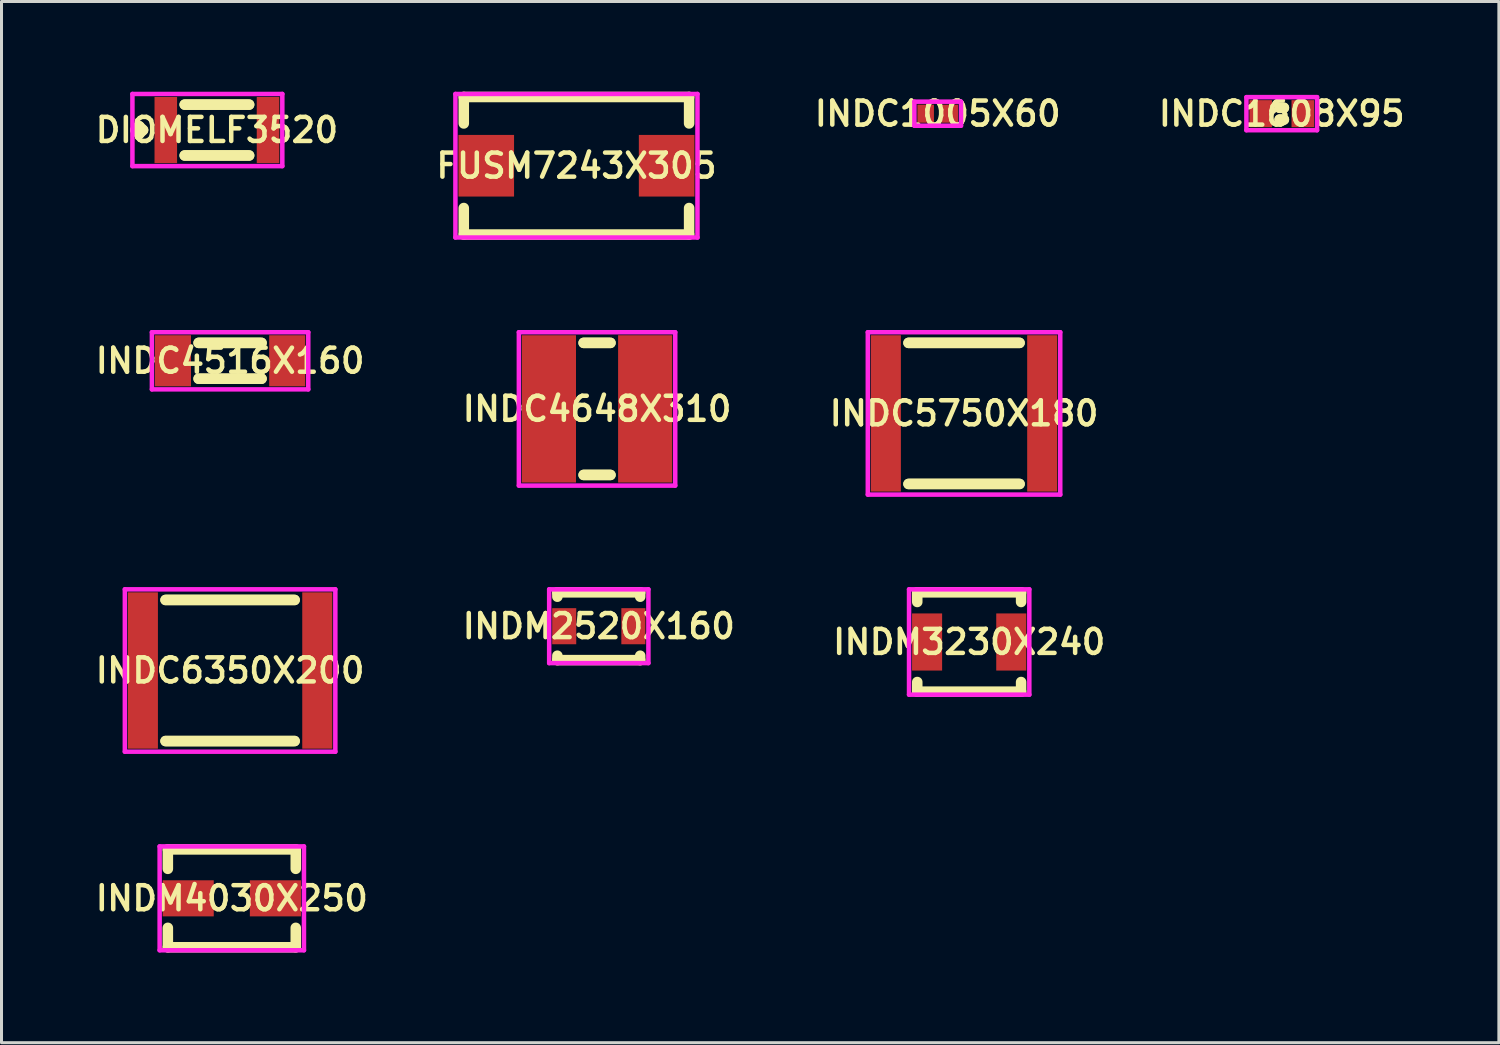
<source format=kicad_pcb>
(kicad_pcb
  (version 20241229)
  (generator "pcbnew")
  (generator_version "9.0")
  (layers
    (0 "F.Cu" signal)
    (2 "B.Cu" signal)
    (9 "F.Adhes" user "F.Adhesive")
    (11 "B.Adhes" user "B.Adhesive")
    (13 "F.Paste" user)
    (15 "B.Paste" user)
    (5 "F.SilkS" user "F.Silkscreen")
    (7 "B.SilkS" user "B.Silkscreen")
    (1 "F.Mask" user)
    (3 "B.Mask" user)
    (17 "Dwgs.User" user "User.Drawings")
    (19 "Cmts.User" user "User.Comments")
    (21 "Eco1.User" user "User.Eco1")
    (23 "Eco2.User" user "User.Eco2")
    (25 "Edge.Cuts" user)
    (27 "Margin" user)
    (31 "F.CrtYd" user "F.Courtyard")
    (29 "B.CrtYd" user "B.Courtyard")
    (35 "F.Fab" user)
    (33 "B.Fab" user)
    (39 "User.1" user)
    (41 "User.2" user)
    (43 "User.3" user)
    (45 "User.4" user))
  (footprint "INDC1005X60"
    (layer "F.Cu")
    (at 28.135 0.731)
    (property "Reference" "INDC1005X60" (at 0 0 0) (layer "F.SilkS") (effects (font (size 0.8 0.8) (thickness 0.15))))
    (attr smd)
    (fp_line (start -0.775 -0.4) (end 0.775 -0.4) (stroke (width 0.15) (type solid)) (layer "F.CrtYd"))
    (fp_line (start -0.775 0.4) (end -0.775 -0.4) (stroke (width 0.15) (type solid)) (layer "F.CrtYd"))
    (fp_line (start 0.775 -0.4) (end 0.775 0.4) (stroke (width 0.15) (type solid)) (layer "F.CrtYd"))
    (fp_line (start 0.775 0.4) (end -0.775 0.4) (stroke (width 0.15) (type solid)) (layer "F.CrtYd"))
    (pad "1" smd rect (at -0.4 0) (size 0.55 0.6) (layers "F.Cu" "F.Mask" "F.Paste"))
    (pad "2" smd rect (at 0.4 0) (size 0.55 0.6) (layers "F.Cu" "F.Mask" "F.Paste")))
  (footprint "INDC4516X160"
    (layer "F.Cu")
    (at 4.602 8.949)
    (property "Reference" "INDC4516X160" (at 0 0 0) (layer "F.SilkS") (effects (font (size 0.8 0.8) (thickness 0.15))))
    (attr smd)
    (fp_line (start -1.046 -0.596) (end 1.046 -0.596) (stroke (width 0.35) (type solid)) (layer "F.SilkS"))
    (fp_line (start -1.046 0.596) (end 1.046 0.596) (stroke (width 0.35) (type solid)) (layer "F.SilkS"))
    (fp_line (start 1.046 -0.596) (end -1.046 -0.596) (stroke (width 0.35) (type solid)) (layer "F.SilkS"))
    (fp_line (start 1.046 0.596) (end -1.046 0.596) (stroke (width 0.35) (type solid)) (layer "F.SilkS"))
    (fp_line (start -2.6 -0.95) (end 2.6 -0.95) (stroke (width 0.15) (type solid)) (layer "F.CrtYd"))
    (fp_line (start -2.6 0.95) (end -2.6 -0.95) (stroke (width 0.15) (type solid)) (layer "F.CrtYd"))
    (fp_line (start 2.6 -0.95) (end 2.6 0.95) (stroke (width 0.15) (type solid)) (layer "F.CrtYd"))
    (fp_line (start 2.6 0.95) (end -2.6 0.95) (stroke (width 0.15) (type solid)) (layer "F.CrtYd"))
    (pad "1" smd rect (at -1.9 0) (size 1.2 1.7) (layers "F.Cu" "F.Mask" "F.Paste"))
    (pad "2" smd rect (at 1.9 0) (size 1.2 1.7) (layers "F.Cu" "F.Mask" "F.Paste")))
  (footprint "INDM3230X240"
    (layer "F.Cu")
    (at 29.182 18.301)
    (property "Reference" "INDM3230X240" (at 0 0 0) (layer "F.SilkS") (effects (font (size 0.8 0.8) (thickness 0.15))))
    (attr smd)
    (fp_line (start -1.727 -1.652) (end 1.727 -1.652) (stroke (width 0.35) (type solid)) (layer "F.SilkS"))
    (fp_line (start -1.727 -1.331) (end -1.727 -1.652) (stroke (width 0.35) (type solid)) (layer "F.SilkS"))
    (fp_line (start -1.727 1.331) (end -1.727 1.652) (stroke (width 0.35) (type solid)) (layer "F.SilkS"))
    (fp_line (start -1.727 1.652) (end 1.727 1.652) (stroke (width 0.35) (type solid)) (layer "F.SilkS"))
    (fp_line (start 1.727 -1.652) (end 1.727 -1.331) (stroke (width 0.35) (type solid)) (layer "F.SilkS"))
    (fp_line (start 1.727 1.652) (end 1.727 1.331) (stroke (width 0.35) (type solid)) (layer "F.SilkS"))
    (fp_line (start -2 -1.752) (end 2 -1.752) (stroke (width 0.15) (type solid)) (layer "F.CrtYd"))
    (fp_line (start -2 1.752) (end -2 -1.752) (stroke (width 0.15) (type solid)) (layer "F.CrtYd"))
    (fp_line (start 2 -1.752) (end 2 1.752) (stroke (width 0.15) (type solid)) (layer "F.CrtYd"))
    (fp_line (start 2 1.752) (end -2 1.752) (stroke (width 0.15) (type solid)) (layer "F.CrtYd"))
    (pad "1" smd rect (at -1.4 0) (size 1 1.9) (layers "F.Cu" "F.Mask" "F.Paste"))
    (pad "2" smd rect (at 1.4 0) (size 1 1.9) (layers "F.Cu" "F.Mask" "F.Paste")))
  (footprint "INDC4648X310"
    (layer "F.Cu")
    (at 16.806 10.549)
    (property "Reference" "INDC4648X310" (at 0 0 0) (layer "F.SilkS") (effects (font (size 0.8 0.8) (thickness 0.15))))
    (attr smd)
    (fp_line (start -0.446 -2.196) (end 0.446 -2.196) (stroke (width 0.35) (type solid)) (layer "F.SilkS"))
    (fp_line (start -0.446 2.196) (end 0.446 2.196) (stroke (width 0.35) (type solid)) (layer "F.SilkS"))
    (fp_line (start 0.446 -2.196) (end -0.446 -2.196) (stroke (width 0.35) (type solid)) (layer "F.SilkS"))
    (fp_line (start 0.446 2.196) (end -0.446 2.196) (stroke (width 0.35) (type solid)) (layer "F.SilkS"))
    (fp_line (start -2.6 -2.55) (end 2.6 -2.55) (stroke (width 0.15) (type solid)) (layer "F.CrtYd"))
    (fp_line (start -2.6 2.55) (end -2.6 -2.55) (stroke (width 0.15) (type solid)) (layer "F.CrtYd"))
    (fp_line (start 2.6 -2.55) (end 2.6 2.55) (stroke (width 0.15) (type solid)) (layer "F.CrtYd"))
    (fp_line (start 2.6 2.55) (end -2.6 2.55) (stroke (width 0.15) (type solid)) (layer "F.CrtYd"))
    (pad "1" smd rect (at -1.6 0) (size 1.8 4.9) (layers "F.Cu" "F.Mask" "F.Paste"))
    (pad "2" smd rect (at 1.6 0) (size 1.8 4.9) (layers "F.Cu" "F.Mask" "F.Paste")))
  (footprint "INDM4030X250"
    (layer "F.Cu")
    (at 4.659 26.826)
    (property "Reference" "INDM4030X250" (at 0 0 0) (layer "F.SilkS") (effects (font (size 0.8 0.8) (thickness 0.15))))
    (attr smd)
    (fp_line (start -2.127 -1.627) (end 2.127 -1.627) (stroke (width 0.35) (type solid)) (layer "F.SilkS"))
    (fp_line (start -2.127 -0.981) (end -2.127 -1.627) (stroke (width 0.35) (type solid)) (layer "F.SilkS"))
    (fp_line (start -2.127 0.981) (end -2.127 1.627) (stroke (width 0.35) (type solid)) (layer "F.SilkS"))
    (fp_line (start -2.127 1.627) (end 2.127 1.627) (stroke (width 0.35) (type solid)) (layer "F.SilkS"))
    (fp_line (start 2.127 -1.627) (end 2.127 -0.981) (stroke (width 0.35) (type solid)) (layer "F.SilkS"))
    (fp_line (start 2.127 1.627) (end 2.127 0.981) (stroke (width 0.35) (type solid)) (layer "F.SilkS"))
    (fp_line (start -2.4 -1.727) (end 2.4 -1.727) (stroke (width 0.15) (type solid)) (layer "F.CrtYd"))
    (fp_line (start -2.4 1.727) (end -2.4 -1.727) (stroke (width 0.15) (type solid)) (layer "F.CrtYd"))
    (fp_line (start 2.4 -1.727) (end 2.4 1.727) (stroke (width 0.15) (type solid)) (layer "F.CrtYd"))
    (fp_line (start 2.4 1.727) (end -2.4 1.727) (stroke (width 0.15) (type solid)) (layer "F.CrtYd"))
    (pad "1" smd rect (at -1.45 0) (size 1.7 1.2) (layers "F.Cu" "F.Mask" "F.Paste"))
    (pad "2" smd rect (at 1.45 0) (size 1.7 1.2) (layers "F.Cu" "F.Mask" "F.Paste")))
  (footprint "INDM2520X160"
    (layer "F.Cu")
    (at 16.864 17.776)
    (property "Reference" "INDM2520X160" (at 0 0 0) (layer "F.SilkS") (effects (font (size 0.8 0.8) (thickness 0.15))))
    (attr smd)
    (fp_line (start -1.377 -1.127) (end 1.377 -1.127) (stroke (width 0.35) (type solid)) (layer "F.SilkS"))
    (fp_line (start -1.377 -0.981) (end -1.377 -1.127) (stroke (width 0.35) (type solid)) (layer "F.SilkS"))
    (fp_line (start -1.377 0.981) (end -1.377 1.127) (stroke (width 0.35) (type solid)) (layer "F.SilkS"))
    (fp_line (start -1.377 1.127) (end 1.377 1.127) (stroke (width 0.35) (type solid)) (layer "F.SilkS"))
    (fp_line (start 1.377 -1.127) (end 1.377 -0.981) (stroke (width 0.35) (type solid)) (layer "F.SilkS"))
    (fp_line (start 1.377 1.127) (end 1.377 0.981) (stroke (width 0.35) (type solid)) (layer "F.SilkS"))
    (fp_line (start -1.65 -1.227) (end 1.65 -1.227) (stroke (width 0.15) (type solid)) (layer "F.CrtYd"))
    (fp_line (start -1.65 1.227) (end -1.65 -1.227) (stroke (width 0.15) (type solid)) (layer "F.CrtYd"))
    (fp_line (start 1.65 -1.227) (end 1.65 1.227) (stroke (width 0.15) (type solid)) (layer "F.CrtYd"))
    (fp_line (start 1.65 1.227) (end -1.65 1.227) (stroke (width 0.15) (type solid)) (layer "F.CrtYd"))
    (pad "1" smd rect (at -1.15 0) (size 0.8 1.2) (layers "F.Cu" "F.Mask" "F.Paste"))
    (pad "2" smd rect (at 1.15 0) (size 0.8 1.2) (layers "F.Cu" "F.Mask" "F.Paste")))
  (footprint "FUSM7243X305"
    (layer "F.Cu")
    (at 16.121 2.462)
    (property "Reference" "FUSM7243X305" (at 0 0 0) (layer "F.SilkS") (effects (font (size 0.8 0.8) (thickness 0.15))))
    (attr smd)
    (fp_line (start -3.747 -2.287) (end 3.747 -2.287) (stroke (width 0.35) (type solid)) (layer "F.SilkS"))
    (fp_line (start -3.747 -1.406) (end -3.747 -2.287) (stroke (width 0.35) (type solid)) (layer "F.SilkS"))
    (fp_line (start -3.747 1.406) (end -3.747 2.287) (stroke (width 0.35) (type solid)) (layer "F.SilkS"))
    (fp_line (start -3.747 2.287) (end 3.747 2.287) (stroke (width 0.35) (type solid)) (layer "F.SilkS"))
    (fp_line (start 3.747 -2.287) (end 3.747 -1.406) (stroke (width 0.35) (type solid)) (layer "F.SilkS"))
    (fp_line (start 3.747 2.287) (end 3.747 1.406) (stroke (width 0.35) (type solid)) (layer "F.SilkS"))
    (fp_line (start -4.025 -2.387) (end 4.025 -2.387) (stroke (width 0.15) (type solid)) (layer "F.CrtYd"))
    (fp_line (start -4.025 2.387) (end -4.025 -2.387) (stroke (width 0.15) (type solid)) (layer "F.CrtYd"))
    (fp_line (start 4.025 -2.387) (end 4.025 2.387) (stroke (width 0.15) (type solid)) (layer "F.CrtYd"))
    (fp_line (start 4.025 2.387) (end -4.025 2.387) (stroke (width 0.15) (type solid)) (layer "F.CrtYd"))
    (pad "1" smd rect (at -3 0) (size 1.85 2.05) (layers "F.Cu" "F.Mask" "F.Paste"))
    (pad "2" smd rect (at 3 0) (size 1.85 2.05) (layers "F.Cu" "F.Mask" "F.Paste")))
  (footprint "INDC1608X95"
    (layer "F.Cu")
    (at 39.577 0.731)
    (property "Reference" "INDC1608X95" (at 0 0 0) (layer "F.SilkS") (effects (font (size 0.8 0.8) (thickness 0.15))))
    (attr smd)
    (fp_line (start -0.071 -0.196) (end 0.071 -0.196) (stroke (width 0.35) (type solid)) (layer "F.SilkS"))
    (fp_line (start -0.071 0.196) (end 0.071 0.196) (stroke (width 0.35) (type solid)) (layer "F.SilkS"))
    (fp_line (start 0.071 -0.196) (end -0.071 -0.196) (stroke (width 0.35) (type solid)) (layer "F.SilkS"))
    (fp_line (start 0.071 0.196) (end -0.071 0.196) (stroke (width 0.35) (type solid)) (layer "F.SilkS"))
    (fp_line (start -1.175 -0.55) (end 1.175 -0.55) (stroke (width 0.15) (type solid)) (layer "F.CrtYd"))
    (fp_line (start -1.175 0.55) (end -1.175 -0.55) (stroke (width 0.15) (type solid)) (layer "F.CrtYd"))
    (fp_line (start 1.175 -0.55) (end 1.175 0.55) (stroke (width 0.15) (type solid)) (layer "F.CrtYd"))
    (fp_line (start 1.175 0.55) (end -1.175 0.55) (stroke (width 0.15) (type solid)) (layer "F.CrtYd"))
    (pad "1" smd rect (at -0.7 0) (size 0.75 0.9) (layers "F.Cu" "F.Mask" "F.Paste"))
    (pad "2" smd rect (at 0.7 0) (size 0.75 0.9) (layers "F.Cu" "F.Mask" "F.Paste")))
  (footprint "DIOMELF3520"
    (layer "F.Cu")
    (at 4.164 1.275)
    (property "Reference" "DIOMELF3520" (at 0 0 0) (layer "F.SilkS") (effects (font (size 0.8 0.8) (thickness 0.15))))
    (attr smd)
    (fp_line (start -2.71 0) (end -2.583 -0.127) (stroke (width 0.35) (type solid)) (layer "F.SilkS"))
    (fp_line (start -2.583 -0.127) (end -2.456 0) (stroke (width 0.35) (type solid)) (layer "F.SilkS"))
    (fp_line (start -2.583 0.127) (end -2.71 0) (stroke (width 0.35) (type solid)) (layer "F.SilkS"))
    (fp_line (start -2.456 0) (end -2.583 0.127) (stroke (width 0.35) (type solid)) (layer "F.SilkS"))
    (fp_line (start -1.071 -0.846) (end 1.071 -0.846) (stroke (width 0.35) (type solid)) (layer "F.SilkS"))
    (fp_line (start -1.071 0.846) (end 1.071 0.846) (stroke (width 0.35) (type solid)) (layer "F.SilkS"))
    (fp_line (start 1.071 -0.846) (end -1.071 -0.846) (stroke (width 0.35) (type solid)) (layer "F.SilkS"))
    (fp_line (start 1.071 0.846) (end -1.071 0.846) (stroke (width 0.35) (type solid)) (layer "F.SilkS"))
    (fp_line (start -2.81 -1.2) (end 2.175 -1.2) (stroke (width 0.15) (type solid)) (layer "F.CrtYd"))
    (fp_line (start -2.81 1.2) (end -2.81 -1.2) (stroke (width 0.15) (type solid)) (layer "F.CrtYd"))
    (fp_line (start 2.175 -1.2) (end 2.175 1.2) (stroke (width 0.15) (type solid)) (layer "F.CrtYd"))
    (fp_line (start 2.175 1.2) (end -2.81 1.2) (stroke (width 0.15) (type solid)) (layer "F.CrtYd"))
    (pad "1" smd rect (at -1.7 0) (size 0.75 2.2) (layers "F.Cu" "F.Mask" "F.Paste"))
    (pad "2" smd rect (at 1.7 0) (size 0.75 2.2) (layers "F.Cu" "F.Mask" "F.Paste")))
  (footprint "INDC5750X180"
    (layer "F.Cu")
    (at 29.011 10.699)
    (property "Reference" "INDC5750X180" (at 0 0 0) (layer "F.SilkS") (effects (font (size 0.8 0.8) (thickness 0.15))))
    (attr smd)
    (fp_line (start -1.846 -2.346) (end 1.846 -2.346) (stroke (width 0.35) (type solid)) (layer "F.SilkS"))
    (fp_line (start -1.846 2.346) (end 1.846 2.346) (stroke (width 0.35) (type solid)) (layer "F.SilkS"))
    (fp_line (start 1.846 -2.346) (end -1.846 -2.346) (stroke (width 0.35) (type solid)) (layer "F.SilkS"))
    (fp_line (start 1.846 2.346) (end -1.846 2.346) (stroke (width 0.35) (type solid)) (layer "F.SilkS"))
    (fp_line (start -3.2 -2.7) (end 3.2 -2.7) (stroke (width 0.15) (type solid)) (layer "F.CrtYd"))
    (fp_line (start -3.2 2.7) (end -3.2 -2.7) (stroke (width 0.15) (type solid)) (layer "F.CrtYd"))
    (fp_line (start 3.2 -2.7) (end 3.2 2.7) (stroke (width 0.15) (type solid)) (layer "F.CrtYd"))
    (fp_line (start 3.2 2.7) (end -3.2 2.7) (stroke (width 0.15) (type solid)) (layer "F.CrtYd"))
    (pad "1" smd rect (at -2.6 0) (size 1 5.2) (layers "F.Cu" "F.Mask" "F.Paste"))
    (pad "2" smd rect (at 2.6 0) (size 1 5.2) (layers "F.Cu" "F.Mask" "F.Paste")))
  (footprint "INDC6350X200"
    (layer "F.Cu")
    (at 4.602 19.249)
    (property "Reference" "INDC6350X200" (at 0 0 0) (layer "F.SilkS") (effects (font (size 0.8 0.8) (thickness 0.15))))
    (attr smd)
    (fp_line (start -2.146 -2.346) (end 2.146 -2.346) (stroke (width 0.35) (type solid)) (layer "F.SilkS"))
    (fp_line (start -2.146 2.346) (end 2.146 2.346) (stroke (width 0.35) (type solid)) (layer "F.SilkS"))
    (fp_line (start 2.146 -2.346) (end -2.146 -2.346) (stroke (width 0.35) (type solid)) (layer "F.SilkS"))
    (fp_line (start 2.146 2.346) (end -2.146 2.346) (stroke (width 0.35) (type solid)) (layer "F.SilkS"))
    (fp_line (start -3.5 -2.7) (end 3.5 -2.7) (stroke (width 0.15) (type solid)) (layer "F.CrtYd"))
    (fp_line (start -3.5 2.7) (end -3.5 -2.7) (stroke (width 0.15) (type solid)) (layer "F.CrtYd"))
    (fp_line (start 3.5 -2.7) (end 3.5 2.7) (stroke (width 0.15) (type solid)) (layer "F.CrtYd"))
    (fp_line (start 3.5 2.7) (end -3.5 2.7) (stroke (width 0.15) (type solid)) (layer "F.CrtYd"))
    (pad "1" smd rect (at -2.9 0) (size 1 5.2) (layers "F.Cu" "F.Mask" "F.Paste"))
    (pad "2" smd rect (at 2.9 0) (size 1 5.2) (layers "F.Cu" "F.Mask" "F.Paste")))
  (gr_rect
    (start -3 -3)
    (end 46.798 31.628)
    (stroke (width 0.1) (type default))
    (fill no)
    (layer "Edge.Cuts")))
</source>
